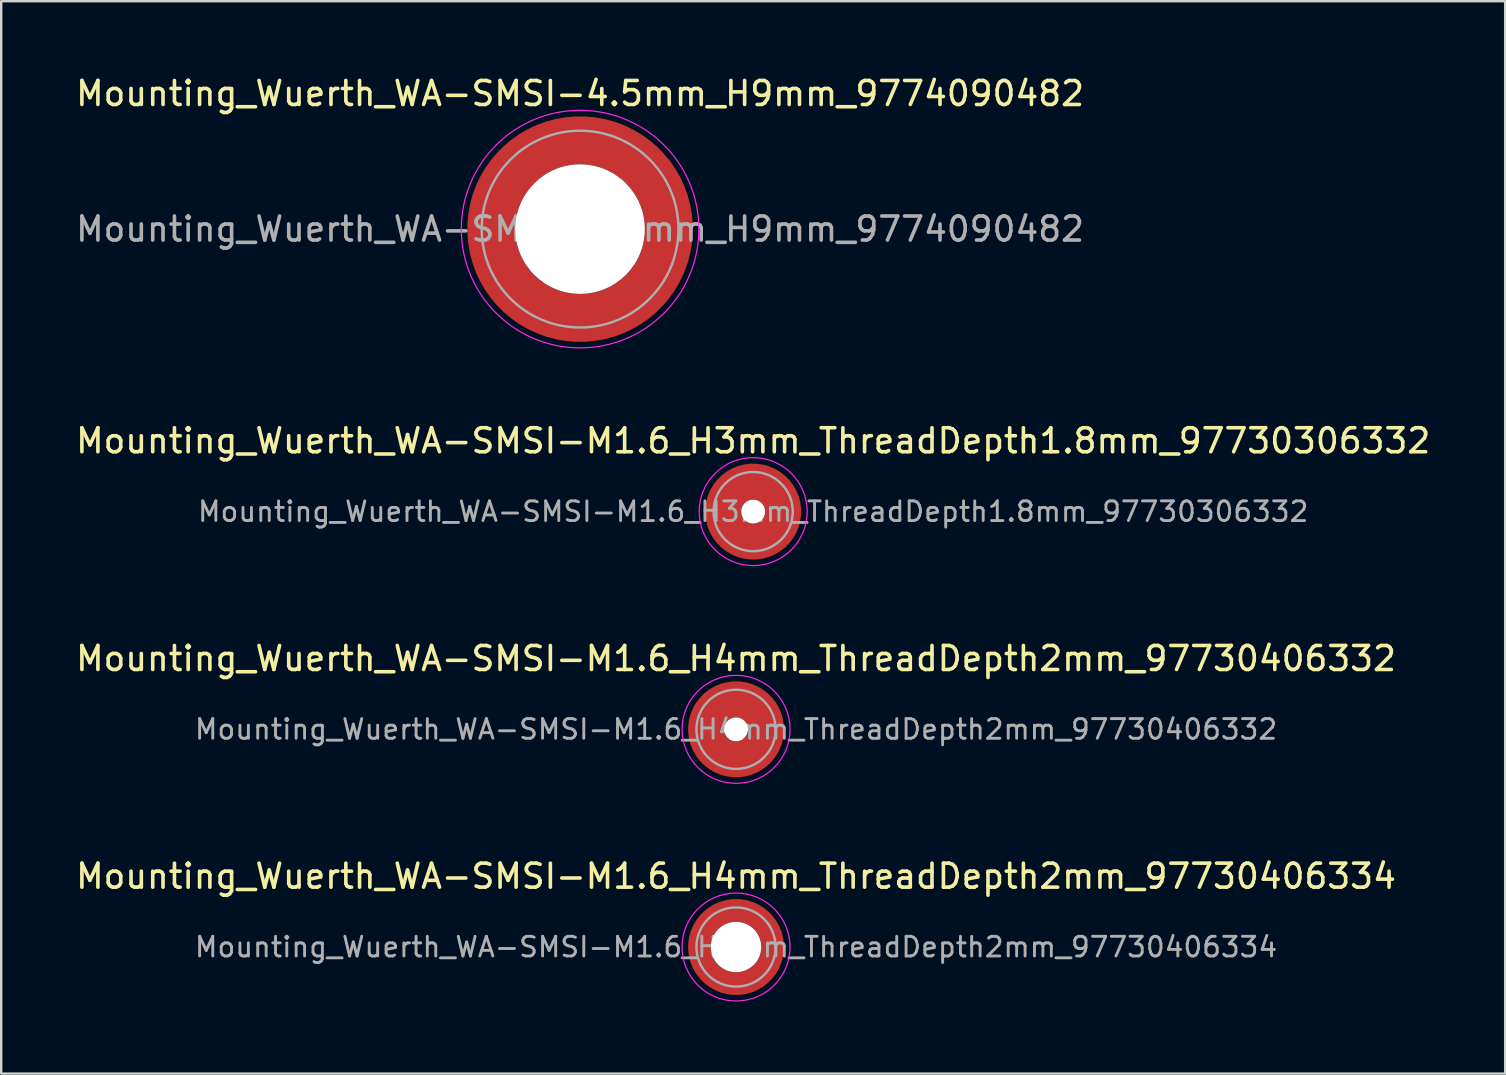
<source format=kicad_pcb>
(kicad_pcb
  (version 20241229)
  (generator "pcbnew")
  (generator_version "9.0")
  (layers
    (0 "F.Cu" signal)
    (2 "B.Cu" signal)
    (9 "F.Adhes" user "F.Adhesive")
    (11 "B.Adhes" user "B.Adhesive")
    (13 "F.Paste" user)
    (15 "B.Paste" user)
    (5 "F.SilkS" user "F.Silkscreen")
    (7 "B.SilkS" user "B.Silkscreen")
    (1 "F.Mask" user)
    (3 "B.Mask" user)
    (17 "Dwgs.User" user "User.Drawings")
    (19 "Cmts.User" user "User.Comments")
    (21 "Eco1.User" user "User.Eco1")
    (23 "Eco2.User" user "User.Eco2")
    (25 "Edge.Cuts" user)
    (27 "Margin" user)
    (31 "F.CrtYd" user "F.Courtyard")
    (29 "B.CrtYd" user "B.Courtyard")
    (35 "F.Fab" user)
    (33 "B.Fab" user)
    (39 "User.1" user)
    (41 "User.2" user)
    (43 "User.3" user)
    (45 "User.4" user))
  (footprint "Mounting_Wuerth_WA-SMSI-M1.6_H4mm_ThreadDepth2mm_97730406332"
    (layer "F.Cu")
    (at 27.625 27.345)
    (property "Reference" "Mounting_Wuerth_WA-SMSI-M1.6_H4mm_ThreadDepth2mm_97730406332" (at 0 -2.95 0) (layer "F.SilkS") (effects (font (size 1 1) (thickness 0.15))))
    (attr smd allow_soldermask_bridges)
    (fp_circle (center 0 0) (end 2.25 0) (stroke (width 0.05) (type solid)) (fill no) (layer "F.CrtYd"))
    (fp_circle (center 0 0) (end 1.65 0) (stroke (width 0.1) (type solid)) (fill no) (layer "F.Fab"))
    (fp_text user "${REFERENCE}" (at 0 0 0) (layer "F.Fab") (effects (font (size 0.82 0.82) (thickness 0.12))))
    (pad "" smd custom (at 0 -1.25) (size 0.65 0.65) (layers "F.Paste") (options (anchor circle)) (primitives (gr_arc (start -0.259808 0.6) (mid 0.392514 0.670403) (end 0.7 1.25) (width 0.2)) (gr_arc (start -0.466369 0.6) (mid 0.365311 0.538278) (end 0.8 1.25) (width 0.2)) (gr_arc (start -0.622495 0.6) (mid 0.35338 0.422279) (end 0.9 1.25) (width 0.2)) (gr_arc (start -0.759934 0.6) (mid 0.346458 0.311934) (end 1 1.25) (width 0.2)) (gr_arc (start -0.887412 0.6) (mid 0.341941 0.204497) (end 1.1 1.25) (width 0.2)) (gr_arc (start -1.008712 0.6) (mid 0.338781 0.098815) (end 1.2 1.25) (width 0.2)) (gr_arc (start -1.125833 0.6) (mid 0.336465 -0.005704) (end 1.3 1.25) (width 0.2)) (gr_arc (start -1.23996 0.6) (mid 0.334706 -0.109401) (end 1.4 1.25) (width 0.2)) (gr_arc (start -1.351851 0.6) (mid 0.333335 -0.212494) (end 1.5 1.25) (width 0.2)) (gr_arc (start -1.462019 0.6) (mid 0.332242 -0.315125) (end 1.6 1.25) (width 0.2)) (gr_arc (start -1.570828 0.6) (mid 0.331355 -0.417394) (end 1.7 1.25) (width 0.2)) (gr_arc (start -1.678541 0.6) (mid 0.330625 -0.519375) (end 1.8 1.25) (width 0.2)) (gr_line (start 0.7 1.25) (end 1.8 1.25) (width 0.2)) (gr_line (start -0.26 0.6) (end -1.679 0.6) (width 0.2))))
    (pad "" np_thru_hole circle (at 0 0) (size 1 1) (drill 1) (layers "*.Cu" "*.Mask"))
    (pad "" smd custom (at 0 1.25) (size 0.65 0.65) (layers "F.Paste") (options (anchor circle)) (primitives (gr_arc (start 0.259808 -0.6) (mid -0.392514 -0.670403) (end -0.7 -1.25) (width 0.2)) (gr_arc (start 0.466369 -0.6) (mid -0.365311 -0.538278) (end -0.8 -1.25) (width 0.2)) (gr_arc (start 0.622495 -0.6) (mid -0.35338 -0.422279) (end -0.9 -1.25) (width 0.2)) (gr_arc (start 0.759934 -0.6) (mid -0.346458 -0.311934) (end -1 -1.25) (width 0.2)) (gr_arc (start 0.887412 -0.6) (mid -0.341941 -0.204497) (end -1.1 -1.25) (width 0.2)) (gr_arc (start 1.008712 -0.6) (mid -0.338781 -0.098815) (end -1.2 -1.25) (width 0.2)) (gr_arc (start 1.125833 -0.6) (mid -0.336465 0.005704) (end -1.3 -1.25) (width 0.2)) (gr_arc (start 1.23996 -0.6) (mid -0.334706 0.109401) (end -1.4 -1.25) (width 0.2)) (gr_arc (start 1.351851 -0.6) (mid -0.333335 0.212494) (end -1.5 -1.25) (width 0.2)) (gr_arc (start 1.462019 -0.6) (mid -0.332242 0.315125) (end -1.6 -1.25) (width 0.2)) (gr_arc (start 1.570828 -0.6) (mid -0.331355 0.417394) (end -1.7 -1.25) (width 0.2)) (gr_arc (start 1.678541 -0.6) (mid -0.330625 0.519375) (end -1.8 -1.25) (width 0.2)) (gr_line (start -0.7 -1.25) (end -1.8 -1.25) (width 0.2)) (gr_line (start 0.26 -0.6) (end 1.679 -0.6) (width 0.2))))
    (pad "1" smd circle (at -1.25 0) (size 0.992 0.992) (layers "F.Cu"))
    (pad "1" smd circle (at 0 -1.25) (size 0.992 0.992) (layers "F.Cu"))
    (pad "1" smd circle (at 0 1.25) (size 0.992 0.992) (layers "F.Cu"))
    (pad "1" smd custom (at 1.25 0) (size 1.5 1.5) (layers "F.Cu" "F.Mask") (options (anchor circle)) (primitives (gr_circle (center -1.25 0) (end 0 0) (width 1.5) (fill no)))))
  (footprint "Mounting_Wuerth_WA-SMSI-M1.6_H3mm_ThreadDepth1.8mm_97730306332"
    (layer "F.Cu")
    (at 28.339 18.271)
    (property "Reference" "Mounting_Wuerth_WA-SMSI-M1.6_H3mm_ThreadDepth1.8mm_97730306332" (at 0 -2.95 0) (layer "F.SilkS") (effects (font (size 1 1) (thickness 0.15))))
    (attr smd allow_soldermask_bridges)
    (fp_circle (center 0 0) (end 2.25 0) (stroke (width 0.05) (type solid)) (fill no) (layer "F.CrtYd"))
    (fp_circle (center 0 0) (end 1.65 0) (stroke (width 0.1) (type solid)) (fill no) (layer "F.Fab"))
    (fp_text user "${REFERENCE}" (at 0 0 0) (layer "F.Fab") (effects (font (size 0.82 0.82) (thickness 0.12))))
    (pad "" smd custom (at 0 -1.25) (size 0.65 0.65) (layers "F.Paste") (options (anchor circle)) (primitives (gr_arc (start -0.259808 0.6) (mid 0.392514 0.670403) (end 0.7 1.25) (width 0.2)) (gr_arc (start -0.466369 0.6) (mid 0.365311 0.538278) (end 0.8 1.25) (width 0.2)) (gr_arc (start -0.622495 0.6) (mid 0.35338 0.422279) (end 0.9 1.25) (width 0.2)) (gr_arc (start -0.759934 0.6) (mid 0.346458 0.311934) (end 1 1.25) (width 0.2)) (gr_arc (start -0.887412 0.6) (mid 0.341941 0.204497) (end 1.1 1.25) (width 0.2)) (gr_arc (start -1.008712 0.6) (mid 0.338781 0.098815) (end 1.2 1.25) (width 0.2)) (gr_arc (start -1.125833 0.6) (mid 0.336465 -0.005704) (end 1.3 1.25) (width 0.2)) (gr_arc (start -1.23996 0.6) (mid 0.334706 -0.109401) (end 1.4 1.25) (width 0.2)) (gr_arc (start -1.351851 0.6) (mid 0.333335 -0.212494) (end 1.5 1.25) (width 0.2)) (gr_arc (start -1.462019 0.6) (mid 0.332242 -0.315125) (end 1.6 1.25) (width 0.2)) (gr_arc (start -1.570828 0.6) (mid 0.331355 -0.417394) (end 1.7 1.25) (width 0.2)) (gr_arc (start -1.678541 0.6) (mid 0.330625 -0.519375) (end 1.8 1.25) (width 0.2)) (gr_line (start 0.7 1.25) (end 1.8 1.25) (width 0.2)) (gr_line (start -0.26 0.6) (end -1.679 0.6) (width 0.2))))
    (pad "" np_thru_hole circle (at 0 0) (size 1 1) (drill 1) (layers "*.Cu" "*.Mask"))
    (pad "" smd custom (at 0 1.25) (size 0.65 0.65) (layers "F.Paste") (options (anchor circle)) (primitives (gr_arc (start 0.259808 -0.6) (mid -0.392514 -0.670403) (end -0.7 -1.25) (width 0.2)) (gr_arc (start 0.466369 -0.6) (mid -0.365311 -0.538278) (end -0.8 -1.25) (width 0.2)) (gr_arc (start 0.622495 -0.6) (mid -0.35338 -0.422279) (end -0.9 -1.25) (width 0.2)) (gr_arc (start 0.759934 -0.6) (mid -0.346458 -0.311934) (end -1 -1.25) (width 0.2)) (gr_arc (start 0.887412 -0.6) (mid -0.341941 -0.204497) (end -1.1 -1.25) (width 0.2)) (gr_arc (start 1.008712 -0.6) (mid -0.338781 -0.098815) (end -1.2 -1.25) (width 0.2)) (gr_arc (start 1.125833 -0.6) (mid -0.336465 0.005704) (end -1.3 -1.25) (width 0.2)) (gr_arc (start 1.23996 -0.6) (mid -0.334706 0.109401) (end -1.4 -1.25) (width 0.2)) (gr_arc (start 1.351851 -0.6) (mid -0.333335 0.212494) (end -1.5 -1.25) (width 0.2)) (gr_arc (start 1.462019 -0.6) (mid -0.332242 0.315125) (end -1.6 -1.25) (width 0.2)) (gr_arc (start 1.570828 -0.6) (mid -0.331355 0.417394) (end -1.7 -1.25) (width 0.2)) (gr_arc (start 1.678541 -0.6) (mid -0.330625 0.519375) (end -1.8 -1.25) (width 0.2)) (gr_line (start -0.7 -1.25) (end -1.8 -1.25) (width 0.2)) (gr_line (start 0.26 -0.6) (end 1.679 -0.6) (width 0.2))))
    (pad "1" smd circle (at -1.25 0) (size 0.992 0.992) (layers "F.Cu"))
    (pad "1" smd circle (at 0 -1.25) (size 0.992 0.992) (layers "F.Cu"))
    (pad "1" smd circle (at 0 1.25) (size 0.992 0.992) (layers "F.Cu"))
    (pad "1" smd custom (at 1.25 0) (size 1.5 1.5) (layers "F.Cu" "F.Mask") (options (anchor circle)) (primitives (gr_circle (center -1.25 0) (end 0 0) (width 1.5) (fill no)))))
  (footprint "Mounting_Wuerth_WA-SMSI-M1.6_H4mm_ThreadDepth2mm_97730406334"
    (layer "F.Cu")
    (at 27.625 36.418)
    (property "Reference" "Mounting_Wuerth_WA-SMSI-M1.6_H4mm_ThreadDepth2mm_97730406334" (at 0 -2.95 0) (layer "F.SilkS") (effects (font (size 1 1) (thickness 0.15))))
    (attr smd allow_soldermask_bridges)
    (fp_circle (center 0 0) (end 2.25 0) (stroke (width 0.05) (type solid)) (fill no) (layer "F.CrtYd"))
    (fp_circle (center 0 0) (end 1.65 0) (stroke (width 0.1) (type solid)) (fill no) (layer "F.Fab"))
    (fp_text user "${REFERENCE}" (at 0 0 0) (layer "F.Fab") (effects (font (size 0.82 0.82) (thickness 0.12))))
    (pad "" smd custom (at -1.061 -1.061) (size 0.4 0.4) (layers "F.Paste") (options (anchor circle)) (primitives (gr_arc (start -0.101235 0.76066) (mid 0.212132 0.212132) (end 0.76066 -0.101235) (width 0.2)) (gr_arc (start -0.204251 0.76066) (mid 0.141421 0.141421) (end 0.76066 -0.204251) (width 0.2)) (gr_arc (start -0.306819 0.76066) (mid 0.070711 0.070711) (end 0.76066 -0.306819) (width 0.2)) (gr_arc (start -0.409034 0.76066) (mid 0 0) (end 0.76066 -0.409034) (width 0.2)) (gr_arc (start -0.510963 0.76066) (mid -0.070711 -0.070711) (end 0.76066 -0.510963) (width 0.2)) (gr_arc (start -0.61266 0.76066) (mid -0.141421 -0.141421) (end 0.76066 -0.61266) (width 0.2)) (gr_arc (start -0.714164 0.76066) (mid -0.212132 -0.212132) (end 0.76066 -0.714164) (width 0.2)) (gr_line (start 0.761 -0.101) (end 0.761 -0.714) (width 0.2)) (gr_line (start -0.101 0.761) (end -0.714 0.761) (width 0.2))))
    (pad "" smd custom (at -1.061 1.061) (size 0.4 0.4) (layers "F.Paste") (options (anchor circle)) (primitives (gr_arc (start 0.76066 0.101235) (mid 0.212132 -0.212132) (end -0.101235 -0.76066) (width 0.2)) (gr_arc (start 0.76066 0.204251) (mid 0.141421 -0.141421) (end -0.204251 -0.76066) (width 0.2)) (gr_arc (start 0.76066 0.306819) (mid 0.070711 -0.070711) (end -0.306819 -0.76066) (width 0.2)) (gr_arc (start 0.76066 0.409034) (mid 0 0) (end -0.409034 -0.76066) (width 0.2)) (gr_arc (start 0.76066 0.510963) (mid -0.070711 0.070711) (end -0.510963 -0.76066) (width 0.2)) (gr_arc (start 0.76066 0.61266) (mid -0.141421 0.141421) (end -0.61266 -0.76066) (width 0.2)) (gr_arc (start 0.76066 0.714164) (mid -0.212132 0.212132) (end -0.714164 -0.76066) (width 0.2)) (gr_line (start -0.101 -0.761) (end -0.714 -0.761) (width 0.2)) (gr_line (start 0.761 0.101) (end 0.761 0.714) (width 0.2))))
    (pad "" np_thru_hole circle (at 0 0) (size 2.1 2.1) (drill 2.1) (layers "*.Cu" "*.Mask"))
    (pad "" smd custom (at 1.061 -1.061) (size 0.4 0.4) (layers "F.Paste") (options (anchor circle)) (primitives (gr_arc (start -0.76066 -0.101235) (mid -0.212132 0.212132) (end 0.101235 0.76066) (width 0.2)) (gr_arc (start -0.76066 -0.204251) (mid -0.141421 0.141421) (end 0.204251 0.76066) (width 0.2)) (gr_arc (start -0.76066 -0.306819) (mid -0.070711 0.070711) (end 0.306819 0.76066) (width 0.2)) (gr_arc (start -0.76066 -0.409034) (mid 0 0) (end 0.409034 0.76066) (width 0.2)) (gr_arc (start -0.76066 -0.510963) (mid 0.070711 -0.070711) (end 0.510963 0.76066) (width 0.2)) (gr_arc (start -0.76066 -0.61266) (mid 0.141421 -0.141421) (end 0.61266 0.76066) (width 0.2)) (gr_arc (start -0.76066 -0.714164) (mid 0.212132 -0.212132) (end 0.714164 0.76066) (width 0.2)) (gr_line (start 0.101 0.761) (end 0.714 0.761) (width 0.2)) (gr_line (start -0.761 -0.101) (end -0.761 -0.714) (width 0.2))))
    (pad "" smd custom (at 1.061 1.061) (size 0.4 0.4) (layers "F.Paste") (options (anchor circle)) (primitives (gr_arc (start 0.101235 -0.76066) (mid -0.212132 -0.212132) (end -0.76066 0.101235) (width 0.2)) (gr_arc (start 0.204251 -0.76066) (mid -0.141421 -0.141421) (end -0.76066 0.204251) (width 0.2)) (gr_arc (start 0.306819 -0.76066) (mid -0.070711 -0.070711) (end -0.76066 0.306819) (width 0.2)) (gr_arc (start 0.409034 -0.76066) (mid 0 0) (end -0.76066 0.409034) (width 0.2)) (gr_arc (start 0.510963 -0.76066) (mid 0.070711 0.070711) (end -0.76066 0.510963) (width 0.2)) (gr_arc (start 0.61266 -0.76066) (mid 0.141421 0.141421) (end -0.76066 0.61266) (width 0.2)) (gr_arc (start 0.714164 -0.76066) (mid 0.212132 0.212132) (end -0.76066 0.714164) (width 0.2)) (gr_line (start -0.761 0.101) (end -0.761 0.714) (width 0.2)) (gr_line (start 0.101 -0.761) (end 0.714 -0.761) (width 0.2))))
    (pad "1" smd circle (at -1.525 0) (size 0.442 0.442) (layers "F.Cu"))
    (pad "1" smd circle (at 0 -1.525) (size 0.442 0.442) (layers "F.Cu"))
    (pad "1" smd circle (at 0 1.525) (size 0.442 0.442) (layers "F.Cu"))
    (pad "1" smd custom (at 1.525 0) (size 0.95 0.95) (layers "F.Cu" "F.Mask") (options (anchor circle)) (primitives (gr_circle (center -1.525 0) (end 0 0) (width 0.95) (fill no)))))
  (footprint "Mounting_Wuerth_WA-SMSI-4.5mm_H9mm_9774090482"
    (layer "F.Cu")
    (at 21.125 6.498)
    (property "Reference" "Mounting_Wuerth_WA-SMSI-4.5mm_H9mm_9774090482" (at 0 -5.65 0) (layer "F.SilkS") (effects (font (size 1 1) (thickness 0.15))))
    (attr smd allow_soldermask_bridges)
    (fp_circle (center 0 0) (end 4.95 0) (stroke (width 0.05) (type solid)) (fill no) (layer "F.CrtYd"))
    (fp_circle (center 0 0) (end 4.1 0) (stroke (width 0.1) (type solid)) (fill no) (layer "F.Fab"))
    (fp_text user "${REFERENCE}" (at 0 0 0) (layer "F.Fab") (effects (font (size 1 1) (thickness 0.15))))
    (pad "" smd custom (at -2.607 -2.607) (size 0.948 0.948) (layers "F.Paste") (options (anchor circle)) (primitives (gr_arc (start -0.188183 2.107456) (mid 0.599273 0.599273) (end 2.107456 -0.188183) (width 0.2)) (gr_arc (start -0.289416 2.107456) (mid 0.52877 0.52877) (end 2.107456 -0.289416) (width 0.2)) (gr_arc (start -0.390547 2.107456) (mid 0.458268 0.458268) (end 2.107456 -0.390547) (width 0.2)) (gr_arc (start -0.491585 2.107456) (mid 0.387765 0.387765) (end 2.107456 -0.491585) (width 0.2)) (gr_arc (start -0.59254 2.107456) (mid 0.317262 0.317262) (end 2.107456 -0.59254) (width 0.2)) (gr_arc (start -0.693419 2.107456) (mid 0.246759 0.246759) (end 2.107456 -0.693419) (width 0.2)) (gr_arc (start -0.794229 2.107456) (mid 0.176257 0.176257) (end 2.107456 -0.794229) (width 0.2)) (gr_arc (start -0.894975 2.107456) (mid 0.105754 0.105754) (end 2.107456 -0.894975) (width 0.2)) (gr_arc (start -0.995664 2.107456) (mid 0.035251 0.035251) (end 2.107456 -0.995664) (width 0.2)) (gr_arc (start -1.0963 2.107456) (mid -0.035251 -0.035251) (end 2.107456 -1.0963) (width 0.2)) (gr_arc (start -1.196886 2.107456) (mid -0.105754 -0.105754) (end 2.107456 -1.196886) (width 0.2)) (gr_arc (start -1.297427 2.107456) (mid -0.176257 -0.176257) (end 2.107456 -1.297427) (width 0.2)) (gr_arc (start -1.397927 2.107456) (mid -0.246759 -0.246759) (end 2.107456 -1.397927) (width 0.2)) (gr_arc (start -1.498388 2.107456) (mid -0.317262 -0.317262) (end 2.107456 -1.498388) (width 0.2)) (gr_arc (start -1.598813 2.107456) (mid -0.387765 -0.387765) (end 2.107456 -1.598813) (width 0.2)) (gr_arc (start -1.699204 2.107456) (mid -0.458268 -0.458268) (end 2.107456 -1.699204) (width 0.2)) (gr_arc (start -1.799565 2.107456) (mid -0.52877 -0.52877) (end 2.107456 -1.799565) (width 0.2)) (gr_arc (start -1.899896 2.107456) (mid -0.599273 -0.599273) (end 2.107456 -1.899896) (width 0.2)) (gr_arc (start -1.899896 2.107456) (mid -0.599273 -0.599273) (end 2.107456 -1.899896) (width 0.2)) (gr_line (start 2.107 -0.188) (end 2.107 -1.9) (width 0.2)) (gr_line (start -0.188 2.107) (end -1.9 2.107) (width 0.2))))
    (pad "" smd custom (at -2.607 2.607) (size 0.948 0.948) (layers "F.Paste") (options (anchor circle)) (primitives (gr_arc (start 2.107456 0.188183) (mid 0.599273 -0.599273) (end -0.188183 -2.107456) (width 0.2)) (gr_arc (start 2.107456 0.289416) (mid 0.52877 -0.52877) (end -0.289416 -2.107456) (width 0.2)) (gr_arc (start 2.107456 0.390547) (mid 0.458268 -0.458268) (end -0.390547 -2.107456) (width 0.2)) (gr_arc (start 2.107456 0.491585) (mid 0.387765 -0.387765) (end -0.491585 -2.107456) (width 0.2)) (gr_arc (start 2.107456 0.59254) (mid 0.317262 -0.317262) (end -0.59254 -2.107456) (width 0.2)) (gr_arc (start 2.107456 0.693419) (mid 0.246759 -0.246759) (end -0.693419 -2.107456) (width 0.2)) (gr_arc (start 2.107456 0.794229) (mid 0.176257 -0.176257) (end -0.794229 -2.107456) (width 0.2)) (gr_arc (start 2.107456 0.894975) (mid 0.105754 -0.105754) (end -0.894975 -2.107456) (width 0.2)) (gr_arc (start 2.107456 0.995664) (mid 0.035251 -0.035251) (end -0.995664 -2.107456) (width 0.2)) (gr_arc (start 2.107456 1.0963) (mid -0.035251 0.035251) (end -1.0963 -2.107456) (width 0.2)) (gr_arc (start 2.107456 1.196886) (mid -0.105754 0.105754) (end -1.196886 -2.107456) (width 0.2)) (gr_arc (start 2.107456 1.297427) (mid -0.176257 0.176257) (end -1.297427 -2.107456) (width 0.2)) (gr_arc (start 2.107456 1.397927) (mid -0.246759 0.246759) (end -1.397927 -2.107456) (width 0.2)) (gr_arc (start 2.107456 1.498388) (mid -0.317262 0.317262) (end -1.498388 -2.107456) (width 0.2)) (gr_arc (start 2.107456 1.598813) (mid -0.387765 0.387765) (end -1.598813 -2.107456) (width 0.2)) (gr_arc (start 2.107456 1.699204) (mid -0.458268 0.458268) (end -1.699204 -2.107456) (width 0.2)) (gr_arc (start 2.107456 1.799565) (mid -0.52877 0.52877) (end -1.799565 -2.107456) (width 0.2)) (gr_arc (start 2.107456 1.899896) (mid -0.599273 0.599273) (end -1.899896 -2.107456) (width 0.2)) (gr_arc (start 2.107456 1.899896) (mid -0.599273 0.599273) (end -1.899896 -2.107456) (width 0.2)) (gr_line (start -0.188 -2.107) (end -1.9 -2.107) (width 0.2)) (gr_line (start 2.107 0.188) (end 2.107 1.9) (width 0.2))))
    (pad "" np_thru_hole circle (at 0 0) (size 5.4 5.4) (drill 5.4) (layers "*.Cu" "*.Mask"))
    (pad "" smd custom (at 2.607 -2.607) (size 0.948 0.948) (layers "F.Paste") (options (anchor circle)) (primitives (gr_arc (start -2.107456 -0.188183) (mid -0.599273 0.599273) (end 0.188183 2.107456) (width 0.2)) (gr_arc (start -2.107456 -0.289416) (mid -0.52877 0.52877) (end 0.289416 2.107456) (width 0.2)) (gr_arc (start -2.107456 -0.390547) (mid -0.458268 0.458268) (end 0.390547 2.107456) (width 0.2)) (gr_arc (start -2.107456 -0.491585) (mid -0.387765 0.387765) (end 0.491585 2.107456) (width 0.2)) (gr_arc (start -2.107456 -0.59254) (mid -0.317262 0.317262) (end 0.59254 2.107456) (width 0.2)) (gr_arc (start -2.107456 -0.693419) (mid -0.246759 0.246759) (end 0.693419 2.107456) (width 0.2)) (gr_arc (start -2.107456 -0.794229) (mid -0.176257 0.176257) (end 0.794229 2.107456) (width 0.2)) (gr_arc (start -2.107456 -0.894975) (mid -0.105754 0.105754) (end 0.894975 2.107456) (width 0.2)) (gr_arc (start -2.107456 -0.995664) (mid -0.035251 0.035251) (end 0.995664 2.107456) (width 0.2)) (gr_arc (start -2.107456 -1.0963) (mid 0.035251 -0.035251) (end 1.0963 2.107456) (width 0.2)) (gr_arc (start -2.107456 -1.196886) (mid 0.105754 -0.105754) (end 1.196886 2.107456) (width 0.2)) (gr_arc (start -2.107456 -1.297427) (mid 0.176257 -0.176257) (end 1.297427 2.107456) (width 0.2)) (gr_arc (start -2.107456 -1.397927) (mid 0.246759 -0.246759) (end 1.397927 2.107456) (width 0.2)) (gr_arc (start -2.107456 -1.498388) (mid 0.317262 -0.317262) (end 1.498388 2.107456) (width 0.2)) (gr_arc (start -2.107456 -1.598813) (mid 0.387765 -0.387765) (end 1.598813 2.107456) (width 0.2)) (gr_arc (start -2.107456 -1.699204) (mid 0.458268 -0.458268) (end 1.699204 2.107456) (width 0.2)) (gr_arc (start -2.107456 -1.799565) (mid 0.52877 -0.52877) (end 1.799565 2.107456) (width 0.2)) (gr_arc (start -2.107456 -1.899896) (mid 0.599273 -0.599273) (end 1.899896 2.107456) (width 0.2)) (gr_arc (start -2.107456 -1.899896) (mid 0.599273 -0.599273) (end 1.899896 2.107456) (width 0.2)) (gr_line (start 0.188 2.107) (end 1.9 2.107) (width 0.2)) (gr_line (start -2.107 -0.188) (end -2.107 -1.9) (width 0.2))))
    (pad "" smd custom (at 2.607 2.607) (size 0.948 0.948) (layers "F.Paste") (options (anchor circle)) (primitives (gr_arc (start 0.188183 -2.107456) (mid -0.599273 -0.599273) (end -2.107456 0.188183) (width 0.2)) (gr_arc (start 0.289416 -2.107456) (mid -0.52877 -0.52877) (end -2.107456 0.289416) (width 0.2)) (gr_arc (start 0.390547 -2.107456) (mid -0.458268 -0.458268) (end -2.107456 0.390547) (width 0.2)) (gr_arc (start 0.491585 -2.107456) (mid -0.387765 -0.387765) (end -2.107456 0.491585) (width 0.2)) (gr_arc (start 0.59254 -2.107456) (mid -0.317262 -0.317262) (end -2.107456 0.59254) (width 0.2)) (gr_arc (start 0.693419 -2.107456) (mid -0.246759 -0.246759) (end -2.107456 0.693419) (width 0.2)) (gr_arc (start 0.794229 -2.107456) (mid -0.176257 -0.176257) (end -2.107456 0.794229) (width 0.2)) (gr_arc (start 0.894975 -2.107456) (mid -0.105754 -0.105754) (end -2.107456 0.894975) (width 0.2)) (gr_arc (start 0.995664 -2.107456) (mid -0.035251 -0.035251) (end -2.107456 0.995664) (width 0.2)) (gr_arc (start 1.0963 -2.107456) (mid 0.035251 0.035251) (end -2.107456 1.0963) (width 0.2)) (gr_arc (start 1.196886 -2.107456) (mid 0.105754 0.105754) (end -2.107456 1.196886) (width 0.2)) (gr_arc (start 1.297427 -2.107456) (mid 0.176257 0.176257) (end -2.107456 1.297427) (width 0.2)) (gr_arc (start 1.397927 -2.107456) (mid 0.246759 0.246759) (end -2.107456 1.397927) (width 0.2)) (gr_arc (start 1.498388 -2.107456) (mid 0.317262 0.317262) (end -2.107456 1.498388) (width 0.2)) (gr_arc (start 1.598813 -2.107456) (mid 0.387765 0.387765) (end -2.107456 1.598813) (width 0.2)) (gr_arc (start 1.699204 -2.107456) (mid 0.458268 0.458268) (end -2.107456 1.699204) (width 0.2)) (gr_arc (start 1.799565 -2.107456) (mid 0.52877 0.52877) (end -2.107456 1.799565) (width 0.2)) (gr_arc (start 1.899896 -2.107456) (mid 0.599273 0.599273) (end -2.107456 1.899896) (width 0.2)) (gr_arc (start 1.899896 -2.107456) (mid 0.599273 0.599273) (end -2.107456 1.899896) (width 0.2)) (gr_line (start -2.107 0.188) (end -2.107 1.9) (width 0.2)) (gr_line (start 0.188 -2.107) (end 1.9 -2.107) (width 0.2))))
    (pad "1" smd circle (at -3.7 0) (size 1.492 1.492) (layers "F.Cu"))
    (pad "1" smd circle (at 0 -3.7) (size 1.492 1.492) (layers "F.Cu"))
    (pad "1" smd circle (at 0 3.7) (size 1.492 1.492) (layers "F.Cu"))
    (pad "1" smd custom (at 3.7 0) (size 2 2) (layers "F.Cu" "F.Mask") (options (anchor circle)) (primitives (gr_circle (center -3.7 0) (end 0 0) (width 2) (fill no)))))
  (gr_rect
    (start -3 -3)
    (end 59.679 41.693)
    (stroke (width 0.1) (type default))
    (fill no)
    (layer "Edge.Cuts")))
</source>
